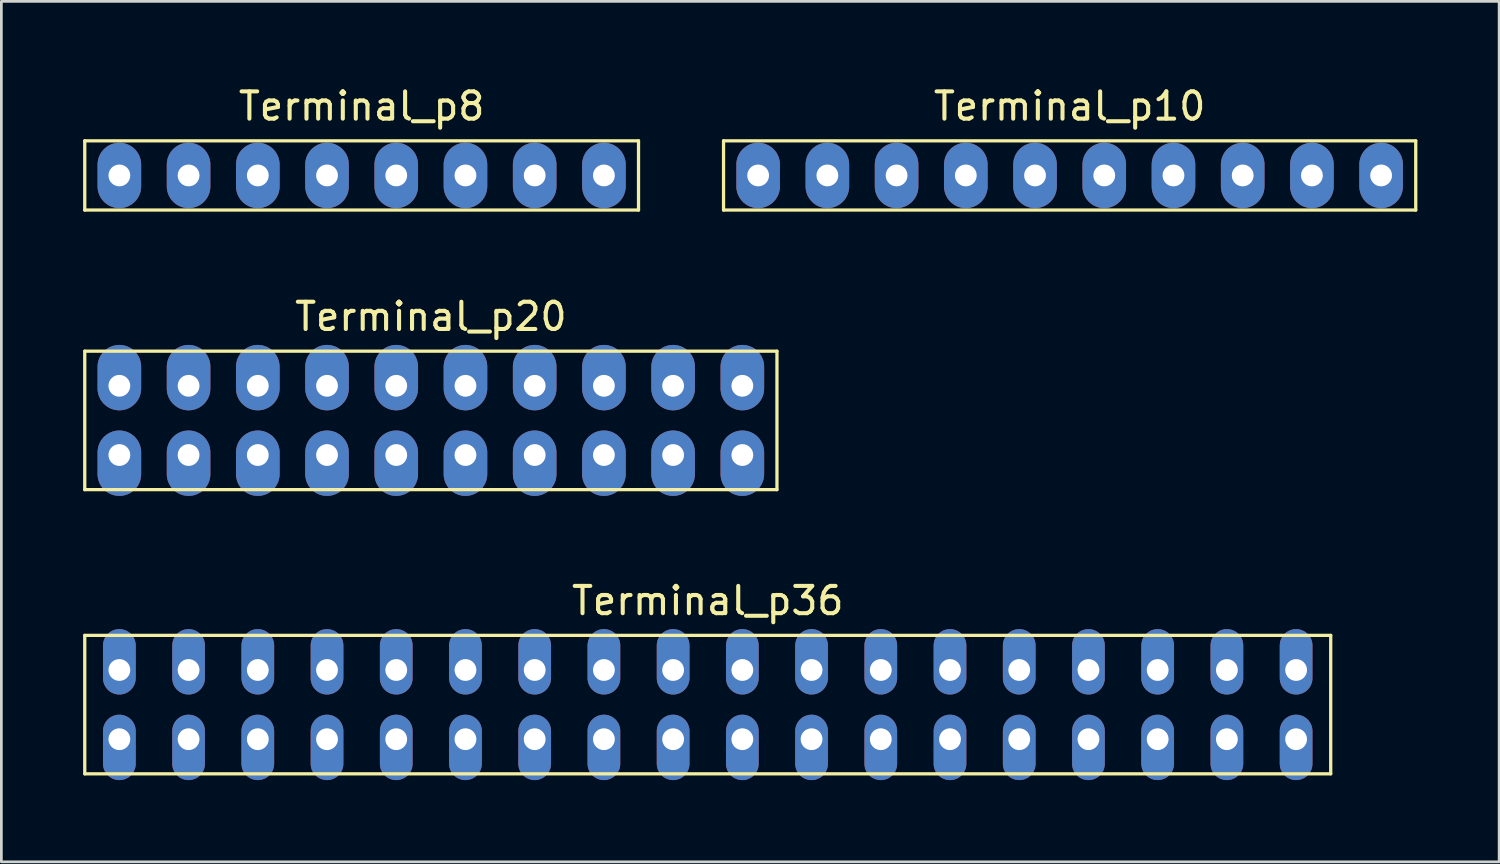
<source format=kicad_pcb>
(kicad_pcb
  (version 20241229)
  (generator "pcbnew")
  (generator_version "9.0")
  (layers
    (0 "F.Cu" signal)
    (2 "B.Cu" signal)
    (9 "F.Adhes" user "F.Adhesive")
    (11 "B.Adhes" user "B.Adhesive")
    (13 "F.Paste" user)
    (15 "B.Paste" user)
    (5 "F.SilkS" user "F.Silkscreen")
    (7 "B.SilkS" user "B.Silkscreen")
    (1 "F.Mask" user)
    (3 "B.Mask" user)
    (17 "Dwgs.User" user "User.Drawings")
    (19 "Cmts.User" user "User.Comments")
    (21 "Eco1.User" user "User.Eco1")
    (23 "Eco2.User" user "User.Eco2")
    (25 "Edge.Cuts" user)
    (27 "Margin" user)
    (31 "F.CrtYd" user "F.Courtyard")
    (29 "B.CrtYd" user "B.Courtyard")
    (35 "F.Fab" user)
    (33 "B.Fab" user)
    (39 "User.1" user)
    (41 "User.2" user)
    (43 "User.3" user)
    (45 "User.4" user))
  (footprint "Terminal_p20"
    (layer "F.Cu")
    (at 12.76 12.377)
    (property "Reference" "Terminal_p20" (at 0 -3.81 0) (layer "F.SilkS") (effects (font (size 1 1) (thickness 0.15))))
    (attr through_hole)
    (fp_line (start -12.7 -2.54) (end -12.7 2.54) (stroke (width 0.12) (type solid)) (layer "F.SilkS"))
    (fp_line (start -12.7 -2.54) (end 12.7 -2.54) (stroke (width 0.12) (type solid)) (layer "F.SilkS"))
    (fp_line (start 12.7 -2.54) (end 12.7 2.54) (stroke (width 0.12) (type solid)) (layer "F.SilkS"))
    (fp_line (start 12.7 2.54) (end -12.7 2.54) (stroke (width 0.12) (type solid)) (layer "F.SilkS"))
    (pad "1" thru_hole oval (at -11.43 -1.27) (size 1.6 2.4) (drill 0.8 (offset 0 -0.3)) (layers "*.Cu" "*.Mask"))
    (pad "2" thru_hole oval (at -11.43 1.27) (size 1.6 2.4) (drill 0.8 (offset 0 0.3)) (layers "*.Cu" "*.Mask"))
    (pad "3" thru_hole oval (at -8.89 -1.27) (size 1.6 2.4) (drill 0.8 (offset 0 -0.3)) (layers "*.Cu" "*.Mask"))
    (pad "4" thru_hole oval (at -8.89 1.27) (size 1.6 2.4) (drill 0.8 (offset 0 0.3)) (layers "*.Cu" "*.Mask"))
    (pad "5" thru_hole oval (at -6.35 -1.27) (size 1.6 2.4) (drill 0.8 (offset 0 -0.3)) (layers "*.Cu" "*.Mask"))
    (pad "6" thru_hole oval (at -6.35 1.27) (size 1.6 2.4) (drill 0.8 (offset 0 0.3)) (layers "*.Cu" "*.Mask"))
    (pad "7" thru_hole oval (at -3.81 -1.27) (size 1.6 2.4) (drill 0.8 (offset 0 -0.3)) (layers "*.Cu" "*.Mask"))
    (pad "8" thru_hole oval (at -3.81 1.27) (size 1.6 2.4) (drill 0.8 (offset 0 0.3)) (layers "*.Cu" "*.Mask"))
    (pad "9" thru_hole oval (at -1.27 -1.27) (size 1.6 2.4) (drill 0.8 (offset 0 -0.3)) (layers "*.Cu" "*.Mask"))
    (pad "10" thru_hole oval (at -1.27 1.27) (size 1.6 2.4) (drill 0.8 (offset 0 0.3)) (layers "*.Cu" "*.Mask"))
    (pad "11" thru_hole oval (at 1.27 -1.27) (size 1.6 2.4) (drill 0.8 (offset 0 -0.3)) (layers "*.Cu" "*.Mask"))
    (pad "12" thru_hole oval (at 1.27 1.27) (size 1.6 2.4) (drill 0.8 (offset 0 0.3)) (layers "*.Cu" "*.Mask"))
    (pad "13" thru_hole oval (at 3.81 -1.27) (size 1.6 2.4) (drill 0.8 (offset 0 -0.3)) (layers "*.Cu" "*.Mask"))
    (pad "14" thru_hole oval (at 3.81 1.27) (size 1.6 2.4) (drill 0.8 (offset 0 0.3)) (layers "*.Cu" "*.Mask"))
    (pad "15" thru_hole oval (at 6.35 -1.27) (size 1.6 2.4) (drill 0.8 (offset 0 -0.3)) (layers "*.Cu" "*.Mask"))
    (pad "16" thru_hole oval (at 6.35 1.27) (size 1.6 2.4) (drill 0.8 (offset 0 0.3)) (layers "*.Cu" "*.Mask"))
    (pad "17" thru_hole oval (at 8.89 -1.27) (size 1.6 2.4) (drill 0.8 (offset 0 -0.3)) (layers "*.Cu" "*.Mask"))
    (pad "18" thru_hole oval (at 8.89 1.27) (size 1.6 2.4) (drill 0.8 (offset 0 0.3)) (layers "*.Cu" "*.Mask"))
    (pad "19" thru_hole oval (at 11.43 -1.27) (size 1.6 2.4) (drill 0.8 (offset 0 -0.3)) (layers "*.Cu" "*.Mask"))
    (pad "20" thru_hole oval (at 11.43 1.27) (size 1.6 2.4) (drill 0.8 (offset 0 0.3)) (layers "*.Cu" "*.Mask")))
  (footprint "Terminal_p8"
    (layer "F.Cu")
    (at 10.22 3.388)
    (property "Reference" "Terminal_p8" (at 0 -2.54 0) (layer "F.SilkS") (effects (font (size 1 1) (thickness 0.15))))
    (attr through_hole)
    (fp_line (start -10.16 -1.27) (end 10.16 -1.27) (stroke (width 0.12) (type solid)) (layer "F.SilkS"))
    (fp_line (start -10.16 1.27) (end -10.16 -1.27) (stroke (width 0.12) (type solid)) (layer "F.SilkS"))
    (fp_line (start 10.16 -1.27) (end 10.16 1.27) (stroke (width 0.12) (type solid)) (layer "F.SilkS"))
    (fp_line (start 10.16 1.27) (end -10.16 1.27) (stroke (width 0.12) (type solid)) (layer "F.SilkS"))
    (pad "1" thru_hole oval (at -8.89 0) (size 1.6 2.4) (drill 0.8) (layers "*.Cu" "*.Mask"))
    (pad "2" thru_hole oval (at -6.35 0) (size 1.6 2.4) (drill 0.8) (layers "*.Cu" "*.Mask"))
    (pad "3" thru_hole oval (at -3.81 0) (size 1.6 2.4) (drill 0.8) (layers "*.Cu" "*.Mask"))
    (pad "4" thru_hole oval (at -1.27 0) (size 1.6 2.4) (drill 0.8) (layers "*.Cu" "*.Mask"))
    (pad "5" thru_hole oval (at 1.27 0) (size 1.6 2.4) (drill 0.8) (layers "*.Cu" "*.Mask"))
    (pad "6" thru_hole oval (at 3.81 0) (size 1.6 2.4) (drill 0.8) (layers "*.Cu" "*.Mask"))
    (pad "7" thru_hole oval (at 6.35 0) (size 1.6 2.4) (drill 0.8) (layers "*.Cu" "*.Mask"))
    (pad "8" thru_hole oval (at 8.89 0) (size 1.6 2.4) (drill 0.8) (layers "*.Cu" "*.Mask")))
  (footprint "Terminal_p10"
    (layer "F.Cu")
    (at 36.2 3.388)
    (property "Reference" "Terminal_p10" (at 0 -2.54 0) (layer "F.SilkS") (effects (font (size 1 1) (thickness 0.15))))
    (attr through_hole)
    (fp_line (start -12.7 -1.27) (end -12.7 1.27) (stroke (width 0.12) (type solid)) (layer "F.SilkS"))
    (fp_line (start -12.7 -1.27) (end 12.7 -1.27) (stroke (width 0.12) (type solid)) (layer "F.SilkS"))
    (fp_line (start 12.7 1.27) (end -12.7 1.27) (stroke (width 0.12) (type solid)) (layer "F.SilkS"))
    (fp_line (start 12.7 1.27) (end 12.7 -1.27) (stroke (width 0.12) (type solid)) (layer "F.SilkS"))
    (pad "1" thru_hole oval (at -11.43 0) (size 1.6 2.4) (drill 0.8) (layers "*.Cu" "*.Mask"))
    (pad "2" thru_hole oval (at -8.89 0) (size 1.6 2.4) (drill 0.8) (layers "*.Cu" "*.Mask"))
    (pad "3" thru_hole oval (at -6.35 0) (size 1.6 2.4) (drill 0.8) (layers "*.Cu" "*.Mask"))
    (pad "4" thru_hole oval (at -3.81 0) (size 1.6 2.4) (drill 0.8) (layers "*.Cu" "*.Mask"))
    (pad "5" thru_hole oval (at -1.27 0) (size 1.6 2.4) (drill 0.8) (layers "*.Cu" "*.Mask"))
    (pad "6" thru_hole oval (at 1.27 0) (size 1.6 2.4) (drill 0.8) (layers "*.Cu" "*.Mask"))
    (pad "7" thru_hole oval (at 3.81 0) (size 1.6 2.4) (drill 0.8) (layers "*.Cu" "*.Mask"))
    (pad "8" thru_hole oval (at 6.35 0) (size 1.6 2.4) (drill 0.8) (layers "*.Cu" "*.Mask"))
    (pad "9" thru_hole oval (at 8.89 0) (size 1.6 2.4) (drill 0.8) (layers "*.Cu" "*.Mask"))
    (pad "10" thru_hole oval (at 11.43 0) (size 1.6 2.4) (drill 0.8) (layers "*.Cu" "*.Mask")))
  (footprint "Terminal_p36"
    (layer "F.Cu")
    (at 22.92 21.535)
    (property "Reference" "Terminal_p36" (at 0 -2.54 0) (layer "F.SilkS") (effects (font (size 1 1) (thickness 0.15))))
    (attr through_hole)
    (fp_line (start -22.86 -1.27) (end 22.86 -1.27) (stroke (width 0.12) (type solid)) (layer "F.SilkS"))
    (fp_line (start -22.86 3.81) (end -22.86 -1.27) (stroke (width 0.12) (type solid)) (layer "F.SilkS"))
    (fp_line (start 22.86 -1.27) (end 22.86 3.81) (stroke (width 0.12) (type solid)) (layer "F.SilkS"))
    (fp_line (start 22.86 3.81) (end -22.86 3.81) (stroke (width 0.12) (type solid)) (layer "F.SilkS"))
    (pad "1" thru_hole oval (at 21.59 0) (size 1.2 2.4) (drill 0.8 (offset 0 -0.3)) (layers "*.Cu" "*.Mask"))
    (pad "2" thru_hole oval (at 21.59 2.54) (size 1.2 2.4) (drill 0.8 (offset 0 0.3)) (layers "*.Cu" "*.Mask"))
    (pad "3" thru_hole oval (at 19.05 0) (size 1.2 2.4) (drill 0.8 (offset 0 -0.3)) (layers "*.Cu" "*.Mask"))
    (pad "4" thru_hole oval (at 19.05 2.54) (size 1.2 2.4) (drill 0.8 (offset 0 0.3)) (layers "*.Cu" "*.Mask"))
    (pad "5" thru_hole oval (at 16.51 0) (size 1.2 2.4) (drill 0.8 (offset 0 -0.3)) (layers "*.Cu" "*.Mask"))
    (pad "6" thru_hole oval (at 16.51 2.54) (size 1.2 2.4) (drill 0.8 (offset 0 0.3)) (layers "*.Cu" "*.Mask"))
    (pad "7" thru_hole oval (at 13.97 0) (size 1.2 2.4) (drill 0.8 (offset 0 -0.3)) (layers "*.Cu" "*.Mask"))
    (pad "8" thru_hole oval (at 13.97 2.54) (size 1.2 2.4) (drill 0.8 (offset 0 0.3)) (layers "*.Cu" "*.Mask"))
    (pad "9" thru_hole oval (at 11.43 0) (size 1.2 2.4) (drill 0.8 (offset 0 -0.3)) (layers "*.Cu" "*.Mask"))
    (pad "10" thru_hole oval (at 11.43 2.54) (size 1.2 2.4) (drill 0.8 (offset 0 0.3)) (layers "*.Cu" "*.Mask"))
    (pad "11" thru_hole oval (at 8.89 0) (size 1.2 2.4) (drill 0.8 (offset 0 -0.3)) (layers "*.Cu" "*.Mask"))
    (pad "12" thru_hole oval (at 8.89 2.54) (size 1.2 2.4) (drill 0.8 (offset 0 0.3)) (layers "*.Cu" "*.Mask"))
    (pad "13" thru_hole oval (at 6.35 0) (size 1.2 2.4) (drill 0.8 (offset 0 -0.3)) (layers "*.Cu" "*.Mask"))
    (pad "14" thru_hole oval (at 6.35 2.54) (size 1.2 2.4) (drill 0.8 (offset 0 0.3)) (layers "*.Cu" "*.Mask"))
    (pad "15" thru_hole oval (at 3.81 0) (size 1.2 2.4) (drill 0.8 (offset 0 -0.3)) (layers "*.Cu" "*.Mask"))
    (pad "16" thru_hole oval (at 3.81 2.54) (size 1.2 2.4) (drill 0.8 (offset 0 0.3)) (layers "*.Cu" "*.Mask"))
    (pad "17" thru_hole oval (at 1.27 0) (size 1.2 2.4) (drill 0.8 (offset 0 -0.3)) (layers "*.Cu" "*.Mask"))
    (pad "18" thru_hole oval (at 1.27 2.54) (size 1.2 2.4) (drill 0.8 (offset 0 0.3)) (layers "*.Cu" "*.Mask"))
    (pad "19" thru_hole oval (at -1.27 0) (size 1.2 2.4) (drill 0.8 (offset 0 -0.3)) (layers "*.Cu" "*.Mask"))
    (pad "20" thru_hole oval (at -1.27 2.54) (size 1.2 2.4) (drill 0.8 (offset 0 0.3)) (layers "*.Cu" "*.Mask"))
    (pad "21" thru_hole oval (at -3.81 0) (size 1.2 2.4) (drill 0.8 (offset 0 -0.3)) (layers "*.Cu" "*.Mask"))
    (pad "22" thru_hole oval (at -3.81 2.54) (size 1.2 2.4) (drill 0.8 (offset 0 0.3)) (layers "*.Cu" "*.Mask"))
    (pad "23" thru_hole oval (at -6.35 0) (size 1.2 2.4) (drill 0.8 (offset 0 -0.3)) (layers "*.Cu" "*.Mask"))
    (pad "24" thru_hole oval (at -6.35 2.54) (size 1.2 2.4) (drill 0.8 (offset 0 0.3)) (layers "*.Cu" "*.Mask"))
    (pad "25" thru_hole oval (at -8.89 0) (size 1.2 2.4) (drill 0.8 (offset 0 -0.3)) (layers "*.Cu" "*.Mask"))
    (pad "26" thru_hole oval (at -8.89 2.54) (size 1.2 2.4) (drill 0.8 (offset 0 0.3)) (layers "*.Cu" "*.Mask"))
    (pad "27" thru_hole oval (at -11.43 0) (size 1.2 2.4) (drill 0.8 (offset 0 -0.3)) (layers "*.Cu" "*.Mask"))
    (pad "28" thru_hole oval (at -11.43 2.54) (size 1.2 2.4) (drill 0.8 (offset 0 0.3)) (layers "*.Cu" "*.Mask"))
    (pad "29" thru_hole oval (at -13.97 0) (size 1.2 2.4) (drill 0.8 (offset 0 -0.3)) (layers "*.Cu" "*.Mask"))
    (pad "30" thru_hole oval (at -13.97 2.54) (size 1.2 2.4) (drill 0.8 (offset 0 0.3)) (layers "*.Cu" "*.Mask"))
    (pad "31" thru_hole oval (at -16.51 0) (size 1.2 2.4) (drill 0.8 (offset 0 -0.3)) (layers "*.Cu" "*.Mask"))
    (pad "32" thru_hole oval (at -16.51 2.54) (size 1.2 2.4) (drill 0.8 (offset 0 0.3)) (layers "*.Cu" "*.Mask"))
    (pad "33" thru_hole oval (at -19.05 0) (size 1.2 2.4) (drill 0.8 (offset 0 -0.3)) (layers "*.Cu" "*.Mask"))
    (pad "34" thru_hole oval (at -19.05 2.54) (size 1.2 2.4) (drill 0.8 (offset 0 0.3)) (layers "*.Cu" "*.Mask"))
    (pad "35" thru_hole oval (at -21.59 0) (size 1.2 2.4) (drill 0.8 (offset 0 -0.3)) (layers "*.Cu" "*.Mask"))
    (pad "36" thru_hole oval (at -21.59 2.54) (size 1.2 2.4) (drill 0.8 (offset 0 0.3)) (layers "*.Cu" "*.Mask")))
  (gr_rect
    (start -3 -3)
    (end 51.96 28.575)
    (stroke (width 0.1) (type default))
    (fill no)
    (layer "Edge.Cuts")))
</source>
